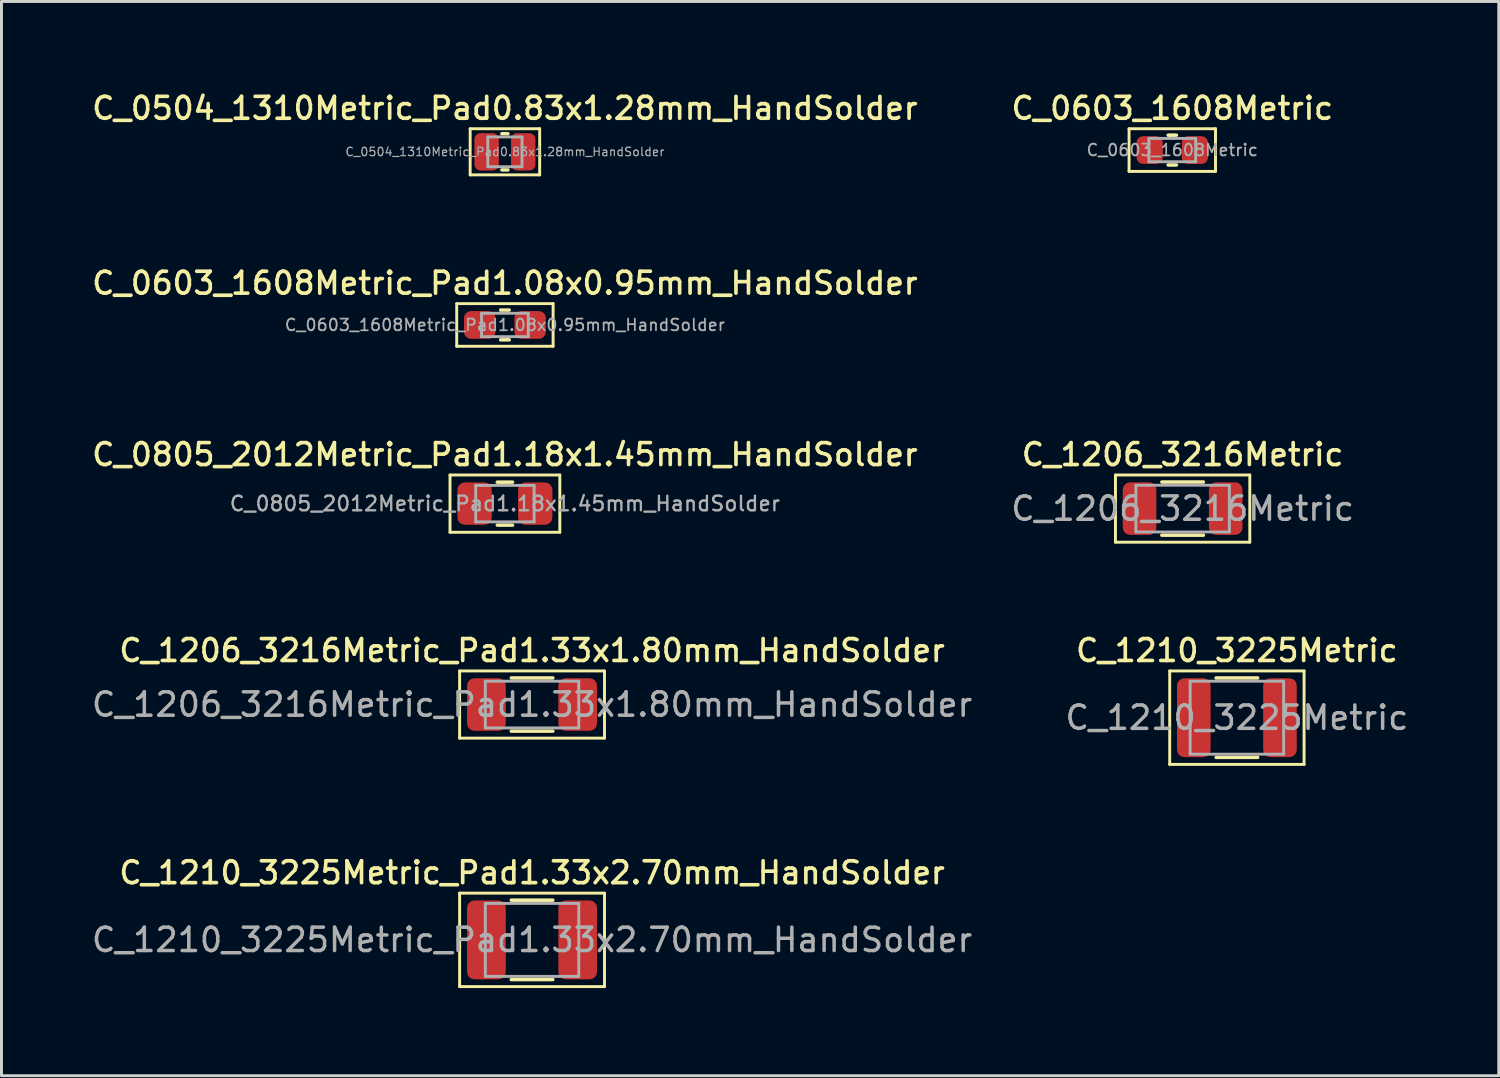
<source format=kicad_pcb>
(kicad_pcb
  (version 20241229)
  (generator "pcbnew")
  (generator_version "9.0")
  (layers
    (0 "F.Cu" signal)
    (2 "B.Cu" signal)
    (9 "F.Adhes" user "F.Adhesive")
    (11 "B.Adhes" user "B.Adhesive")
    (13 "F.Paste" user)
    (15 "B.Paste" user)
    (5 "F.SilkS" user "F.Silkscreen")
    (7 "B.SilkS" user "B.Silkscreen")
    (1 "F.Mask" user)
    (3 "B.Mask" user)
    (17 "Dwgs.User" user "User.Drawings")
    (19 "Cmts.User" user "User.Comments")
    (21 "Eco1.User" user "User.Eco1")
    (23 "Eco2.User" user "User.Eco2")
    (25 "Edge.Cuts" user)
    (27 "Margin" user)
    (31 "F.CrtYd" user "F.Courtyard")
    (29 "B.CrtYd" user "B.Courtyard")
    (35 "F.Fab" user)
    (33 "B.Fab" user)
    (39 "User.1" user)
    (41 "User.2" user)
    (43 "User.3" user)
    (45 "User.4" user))
  (footprint "C_0603_1608Metric_Pad1.08x0.95mm_HandSolder"
    (layer "F.Cu")
    (at 14.238 8.076)
    (property "Reference" "C_0603_1608Metric_Pad1.08x0.95mm_HandSolder" (at 0 -1.43 0) (layer "F.SilkS") (effects (font (size 0.75 0.75) (thickness 0.125))))
    (attr smd)
    (fp_line (start -1.65 -0.73) (end 1.65 -0.73) (stroke (width 0.1) (type solid)) (layer "F.SilkS"))
    (fp_line (start -1.65 0.73) (end -1.65 -0.73) (stroke (width 0.1) (type solid)) (layer "F.SilkS"))
    (fp_line (start -0.146 -0.51) (end 0.146 -0.51) (stroke (width 0.12) (type solid)) (layer "F.SilkS"))
    (fp_line (start -0.146 0.51) (end 0.146 0.51) (stroke (width 0.12) (type solid)) (layer "F.SilkS"))
    (fp_line (start 1.65 -0.73) (end 1.65 0.73) (stroke (width 0.1) (type solid)) (layer "F.SilkS"))
    (fp_line (start 1.65 0.73) (end -1.65 0.73) (stroke (width 0.1) (type solid)) (layer "F.SilkS"))
    (fp_line (start -0.8 -0.4) (end 0.8 -0.4) (stroke (width 0.1) (type solid)) (layer "F.Fab"))
    (fp_line (start -0.8 0.4) (end -0.8 -0.4) (stroke (width 0.1) (type solid)) (layer "F.Fab"))
    (fp_line (start 0.8 -0.4) (end 0.8 0.4) (stroke (width 0.1) (type solid)) (layer "F.Fab"))
    (fp_line (start 0.8 0.4) (end -0.8 0.4) (stroke (width 0.1) (type solid)) (layer "F.Fab"))
    (fp_text user "${REFERENCE}" (at 0 0 0) (layer "F.Fab") (effects (font (size 0.4 0.4) (thickness 0.06))))
    (pad "1" smd roundrect (at -0.863 0) (size 1.075 0.95) (layers "F.Cu" "F.Mask" "F.Paste") (roundrect_rratio 0.25))
    (pad "2" smd roundrect (at 0.863 0) (size 1.075 0.95) (layers "F.Cu" "F.Mask" "F.Paste") (roundrect_rratio 0.25)))
  (footprint "C_0603_1608Metric"
    (layer "F.Cu")
    (at 37.088 2.088)
    (property "Reference" "C_0603_1608Metric" (at 0 -1.43 0) (layer "F.SilkS") (effects (font (size 0.75 0.75) (thickness 0.125))))
    (attr smd)
    (fp_line (start -1.48 -0.73) (end 1.48 -0.73) (stroke (width 0.1) (type solid)) (layer "F.SilkS"))
    (fp_line (start -1.48 0.73) (end -1.48 -0.73) (stroke (width 0.1) (type solid)) (layer "F.SilkS"))
    (fp_line (start -0.141 -0.51) (end 0.141 -0.51) (stroke (width 0.12) (type solid)) (layer "F.SilkS"))
    (fp_line (start -0.141 0.51) (end 0.141 0.51) (stroke (width 0.12) (type solid)) (layer "F.SilkS"))
    (fp_line (start 1.48 -0.73) (end 1.48 0.73) (stroke (width 0.1) (type solid)) (layer "F.SilkS"))
    (fp_line (start 1.48 0.73) (end -1.48 0.73) (stroke (width 0.1) (type solid)) (layer "F.SilkS"))
    (fp_line (start -0.8 -0.4) (end 0.8 -0.4) (stroke (width 0.1) (type solid)) (layer "F.Fab"))
    (fp_line (start -0.8 0.4) (end -0.8 -0.4) (stroke (width 0.1) (type solid)) (layer "F.Fab"))
    (fp_line (start 0.8 -0.4) (end 0.8 0.4) (stroke (width 0.1) (type solid)) (layer "F.Fab"))
    (fp_line (start 0.8 0.4) (end -0.8 0.4) (stroke (width 0.1) (type solid)) (layer "F.Fab"))
    (fp_text user "${REFERENCE}" (at 0 0 0) (layer "F.Fab") (effects (font (size 0.4 0.4) (thickness 0.06))))
    (pad "1" smd roundrect (at -0.775 0) (size 0.9 0.95) (layers "F.Cu" "F.Mask" "F.Paste") (roundrect_rratio 0.25))
    (pad "2" smd roundrect (at 0.775 0) (size 0.9 0.95) (layers "F.Cu" "F.Mask" "F.Paste") (roundrect_rratio 0.25)))
  (footprint "C_0504_1310Metric_Pad0.83x1.28mm_HandSolder"
    (layer "F.Cu")
    (at 14.238 2.148)
    (property "Reference" "C_0504_1310Metric_Pad0.83x1.28mm_HandSolder" (at 0 -1.49 0) (layer "F.SilkS") (effects (font (size 0.75 0.75) (thickness 0.125))))
    (attr smd)
    (fp_line (start -1.19 -0.79) (end 1.19 -0.79) (stroke (width 0.1) (type solid)) (layer "F.SilkS"))
    (fp_line (start -1.19 0.79) (end -1.19 -0.79) (stroke (width 0.1) (type solid)) (layer "F.SilkS"))
    (fp_line (start -0.102 -0.62) (end 0.102 -0.62) (stroke (width 0.12) (type solid)) (layer "F.SilkS"))
    (fp_line (start -0.102 0.62) (end 0.102 0.62) (stroke (width 0.12) (type solid)) (layer "F.SilkS"))
    (fp_line (start 1.19 -0.79) (end 1.19 0.79) (stroke (width 0.1) (type solid)) (layer "F.SilkS"))
    (fp_line (start 1.19 0.79) (end -1.19 0.79) (stroke (width 0.1) (type solid)) (layer "F.SilkS"))
    (fp_line (start -0.585 -0.51) (end 0.585 -0.51) (stroke (width 0.1) (type solid)) (layer "F.Fab"))
    (fp_line (start -0.585 0.51) (end -0.585 -0.51) (stroke (width 0.1) (type solid)) (layer "F.Fab"))
    (fp_line (start 0.585 -0.51) (end 0.585 0.51) (stroke (width 0.1) (type solid)) (layer "F.Fab"))
    (fp_line (start 0.585 0.51) (end -0.585 0.51) (stroke (width 0.1) (type solid)) (layer "F.Fab"))
    (fp_text user "${REFERENCE}" (at 0 0 0) (layer "F.Fab") (effects (font (size 0.29 0.29) (thickness 0.04))))
    (pad "1" smd roundrect (at -0.627 0) (size 0.835 1.28) (layers "F.Cu" "F.Mask" "F.Paste") (roundrect_rratio 0.25))
    (pad "2" smd roundrect (at 0.627 0) (size 0.835 1.28) (layers "F.Cu" "F.Mask" "F.Paste") (roundrect_rratio 0.25)))
  (footprint "C_1206_3216Metric"
    (layer "F.Cu")
    (at 37.442 14.364)
    (property "Reference" "C_1206_3216Metric" (at 0 -1.85 0) (layer "F.SilkS") (effects (font (size 0.75 0.75) (thickness 0.125))))
    (attr smd)
    (fp_line (start -2.3 -1.15) (end 2.3 -1.15) (stroke (width 0.1) (type solid)) (layer "F.SilkS"))
    (fp_line (start -2.3 1.15) (end -2.3 -1.15) (stroke (width 0.1) (type solid)) (layer "F.SilkS"))
    (fp_line (start -0.711 -0.91) (end 0.711 -0.91) (stroke (width 0.12) (type solid)) (layer "F.SilkS"))
    (fp_line (start -0.711 0.91) (end 0.711 0.91) (stroke (width 0.12) (type solid)) (layer "F.SilkS"))
    (fp_line (start 2.3 -1.15) (end 2.3 1.15) (stroke (width 0.1) (type solid)) (layer "F.SilkS"))
    (fp_line (start 2.3 1.15) (end -2.3 1.15) (stroke (width 0.1) (type solid)) (layer "F.SilkS"))
    (fp_line (start -1.6 -0.8) (end 1.6 -0.8) (stroke (width 0.1) (type solid)) (layer "F.Fab"))
    (fp_line (start -1.6 0.8) (end -1.6 -0.8) (stroke (width 0.1) (type solid)) (layer "F.Fab"))
    (fp_line (start 1.6 -0.8) (end 1.6 0.8) (stroke (width 0.1) (type solid)) (layer "F.Fab"))
    (fp_line (start 1.6 0.8) (end -1.6 0.8) (stroke (width 0.1) (type solid)) (layer "F.Fab"))
    (fp_text user "${REFERENCE}" (at 0 0 0) (layer "F.Fab") (effects (font (size 0.8 0.8) (thickness 0.12))))
    (pad "1" smd roundrect (at -1.475 0) (size 1.15 1.8) (layers "F.Cu" "F.Mask" "F.Paste") (roundrect_rratio 0.217))
    (pad "2" smd roundrect (at 1.475 0) (size 1.15 1.8) (layers "F.Cu" "F.Mask" "F.Paste") (roundrect_rratio 0.217)))
  (footprint "C_0805_2012Metric_Pad1.18x1.45mm_HandSolder"
    (layer "F.Cu")
    (at 14.238 14.194)
    (property "Reference" "C_0805_2012Metric_Pad1.18x1.45mm_HandSolder" (at 0 -1.68 0) (layer "F.SilkS") (effects (font (size 0.75 0.75) (thickness 0.125))))
    (attr smd)
    (fp_line (start -1.88 -0.98) (end 1.88 -0.98) (stroke (width 0.1) (type solid)) (layer "F.SilkS"))
    (fp_line (start -1.88 0.98) (end -1.88 -0.98) (stroke (width 0.1) (type solid)) (layer "F.SilkS"))
    (fp_line (start -0.261 -0.735) (end 0.261 -0.735) (stroke (width 0.12) (type solid)) (layer "F.SilkS"))
    (fp_line (start -0.261 0.735) (end 0.261 0.735) (stroke (width 0.12) (type solid)) (layer "F.SilkS"))
    (fp_line (start 1.88 -0.98) (end 1.88 0.98) (stroke (width 0.1) (type solid)) (layer "F.SilkS"))
    (fp_line (start 1.88 0.98) (end -1.88 0.98) (stroke (width 0.1) (type solid)) (layer "F.SilkS"))
    (fp_line (start -1 -0.625) (end 1 -0.625) (stroke (width 0.1) (type solid)) (layer "F.Fab"))
    (fp_line (start -1 0.625) (end -1 -0.625) (stroke (width 0.1) (type solid)) (layer "F.Fab"))
    (fp_line (start 1 -0.625) (end 1 0.625) (stroke (width 0.1) (type solid)) (layer "F.Fab"))
    (fp_line (start 1 0.625) (end -1 0.625) (stroke (width 0.1) (type solid)) (layer "F.Fab"))
    (fp_text user "${REFERENCE}" (at 0 0 0) (layer "F.Fab") (effects (font (size 0.5 0.5) (thickness 0.08))))
    (pad "1" smd roundrect (at -1.038 0) (size 1.175 1.45) (layers "F.Cu" "F.Mask" "F.Paste") (roundrect_rratio 0.213))
    (pad "2" smd roundrect (at 1.038 0) (size 1.175 1.45) (layers "F.Cu" "F.Mask" "F.Paste") (roundrect_rratio 0.213)))
  (footprint "C_1210_3225Metric_Pad1.33x2.70mm_HandSolder"
    (layer "F.Cu")
    (at 15.167 29.131)
    (property "Reference" "C_1210_3225Metric_Pad1.33x2.70mm_HandSolder" (at 0 -2.3 0) (layer "F.SilkS") (effects (font (size 0.75 0.75) (thickness 0.125))))
    (attr smd)
    (fp_line (start -2.48 -1.6) (end 2.48 -1.6) (stroke (width 0.1) (type solid)) (layer "F.SilkS"))
    (fp_line (start -2.48 1.6) (end -2.48 -1.6) (stroke (width 0.1) (type solid)) (layer "F.SilkS"))
    (fp_line (start -0.711 -1.36) (end 0.711 -1.36) (stroke (width 0.12) (type solid)) (layer "F.SilkS"))
    (fp_line (start -0.711 1.36) (end 0.711 1.36) (stroke (width 0.12) (type solid)) (layer "F.SilkS"))
    (fp_line (start 2.48 -1.6) (end 2.48 1.6) (stroke (width 0.1) (type solid)) (layer "F.SilkS"))
    (fp_line (start 2.48 1.6) (end -2.48 1.6) (stroke (width 0.1) (type solid)) (layer "F.SilkS"))
    (fp_line (start -1.6 -1.25) (end 1.6 -1.25) (stroke (width 0.1) (type solid)) (layer "F.Fab"))
    (fp_line (start -1.6 1.25) (end -1.6 -1.25) (stroke (width 0.1) (type solid)) (layer "F.Fab"))
    (fp_line (start 1.6 -1.25) (end 1.6 1.25) (stroke (width 0.1) (type solid)) (layer "F.Fab"))
    (fp_line (start 1.6 1.25) (end -1.6 1.25) (stroke (width 0.1) (type solid)) (layer "F.Fab"))
    (fp_text user "${REFERENCE}" (at 0 0 0) (layer "F.Fab") (effects (font (size 0.8 0.8) (thickness 0.12))))
    (pad "1" smd roundrect (at -1.562 0) (size 1.325 2.7) (layers "F.Cu" "F.Mask" "F.Paste") (roundrect_rratio 0.189))
    (pad "2" smd roundrect (at 1.562 0) (size 1.325 2.7) (layers "F.Cu" "F.Mask" "F.Paste") (roundrect_rratio 0.189)))
  (footprint "C_1206_3216Metric_Pad1.33x1.80mm_HandSolder"
    (layer "F.Cu")
    (at 15.167 21.073)
    (property "Reference" "C_1206_3216Metric_Pad1.33x1.80mm_HandSolder" (at 0 -1.85 0) (layer "F.SilkS") (effects (font (size 0.75 0.75) (thickness 0.125))))
    (attr smd)
    (fp_line (start -2.48 -1.15) (end 2.48 -1.15) (stroke (width 0.1) (type solid)) (layer "F.SilkS"))
    (fp_line (start -2.48 1.15) (end -2.48 -1.15) (stroke (width 0.1) (type solid)) (layer "F.SilkS"))
    (fp_line (start -0.711 -0.91) (end 0.711 -0.91) (stroke (width 0.12) (type solid)) (layer "F.SilkS"))
    (fp_line (start -0.711 0.91) (end 0.711 0.91) (stroke (width 0.12) (type solid)) (layer "F.SilkS"))
    (fp_line (start 2.48 -1.15) (end 2.48 1.15) (stroke (width 0.1) (type solid)) (layer "F.SilkS"))
    (fp_line (start 2.48 1.15) (end -2.48 1.15) (stroke (width 0.1) (type solid)) (layer "F.SilkS"))
    (fp_line (start -1.6 -0.8) (end 1.6 -0.8) (stroke (width 0.1) (type solid)) (layer "F.Fab"))
    (fp_line (start -1.6 0.8) (end -1.6 -0.8) (stroke (width 0.1) (type solid)) (layer "F.Fab"))
    (fp_line (start 1.6 -0.8) (end 1.6 0.8) (stroke (width 0.1) (type solid)) (layer "F.Fab"))
    (fp_line (start 1.6 0.8) (end -1.6 0.8) (stroke (width 0.1) (type solid)) (layer "F.Fab"))
    (fp_text user "${REFERENCE}" (at 0 0 0) (layer "F.Fab") (effects (font (size 0.8 0.8) (thickness 0.12))))
    (pad "1" smd roundrect (at -1.562 0) (size 1.325 1.8) (layers "F.Cu" "F.Mask" "F.Paste") (roundrect_rratio 0.189))
    (pad "2" smd roundrect (at 1.562 0) (size 1.325 1.8) (layers "F.Cu" "F.Mask" "F.Paste") (roundrect_rratio 0.189)))
  (footprint "C_1210_3225Metric"
    (layer "F.Cu")
    (at 39.3 21.523)
    (property "Reference" "C_1210_3225Metric" (at 0 -2.3 0) (layer "F.SilkS") (effects (font (size 0.75 0.75) (thickness 0.125))))
    (attr smd)
    (fp_line (start -2.3 -1.6) (end 2.3 -1.6) (stroke (width 0.1) (type solid)) (layer "F.SilkS"))
    (fp_line (start -2.3 1.6) (end -2.3 -1.6) (stroke (width 0.1) (type solid)) (layer "F.SilkS"))
    (fp_line (start -0.711 -1.36) (end 0.711 -1.36) (stroke (width 0.12) (type solid)) (layer "F.SilkS"))
    (fp_line (start -0.711 1.36) (end 0.711 1.36) (stroke (width 0.12) (type solid)) (layer "F.SilkS"))
    (fp_line (start 2.3 -1.6) (end 2.3 1.6) (stroke (width 0.1) (type solid)) (layer "F.SilkS"))
    (fp_line (start 2.3 1.6) (end -2.3 1.6) (stroke (width 0.1) (type solid)) (layer "F.SilkS"))
    (fp_line (start -1.6 -1.25) (end 1.6 -1.25) (stroke (width 0.1) (type solid)) (layer "F.Fab"))
    (fp_line (start -1.6 1.25) (end -1.6 -1.25) (stroke (width 0.1) (type solid)) (layer "F.Fab"))
    (fp_line (start 1.6 -1.25) (end 1.6 1.25) (stroke (width 0.1) (type solid)) (layer "F.Fab"))
    (fp_line (start 1.6 1.25) (end -1.6 1.25) (stroke (width 0.1) (type solid)) (layer "F.Fab"))
    (fp_text user "${REFERENCE}" (at 0 0 0) (layer "F.Fab") (effects (font (size 0.8 0.8) (thickness 0.12))))
    (pad "1" smd roundrect (at -1.475 0) (size 1.15 2.7) (layers "F.Cu" "F.Mask" "F.Paste") (roundrect_rratio 0.217))
    (pad "2" smd roundrect (at 1.475 0) (size 1.15 2.7) (layers "F.Cu" "F.Mask" "F.Paste") (roundrect_rratio 0.217)))
  (gr_rect
    (start -3 -3)
    (end 48.267 33.781)
    (stroke (width 0.1) (type default))
    (fill no)
    (layer "Edge.Cuts")))
</source>
